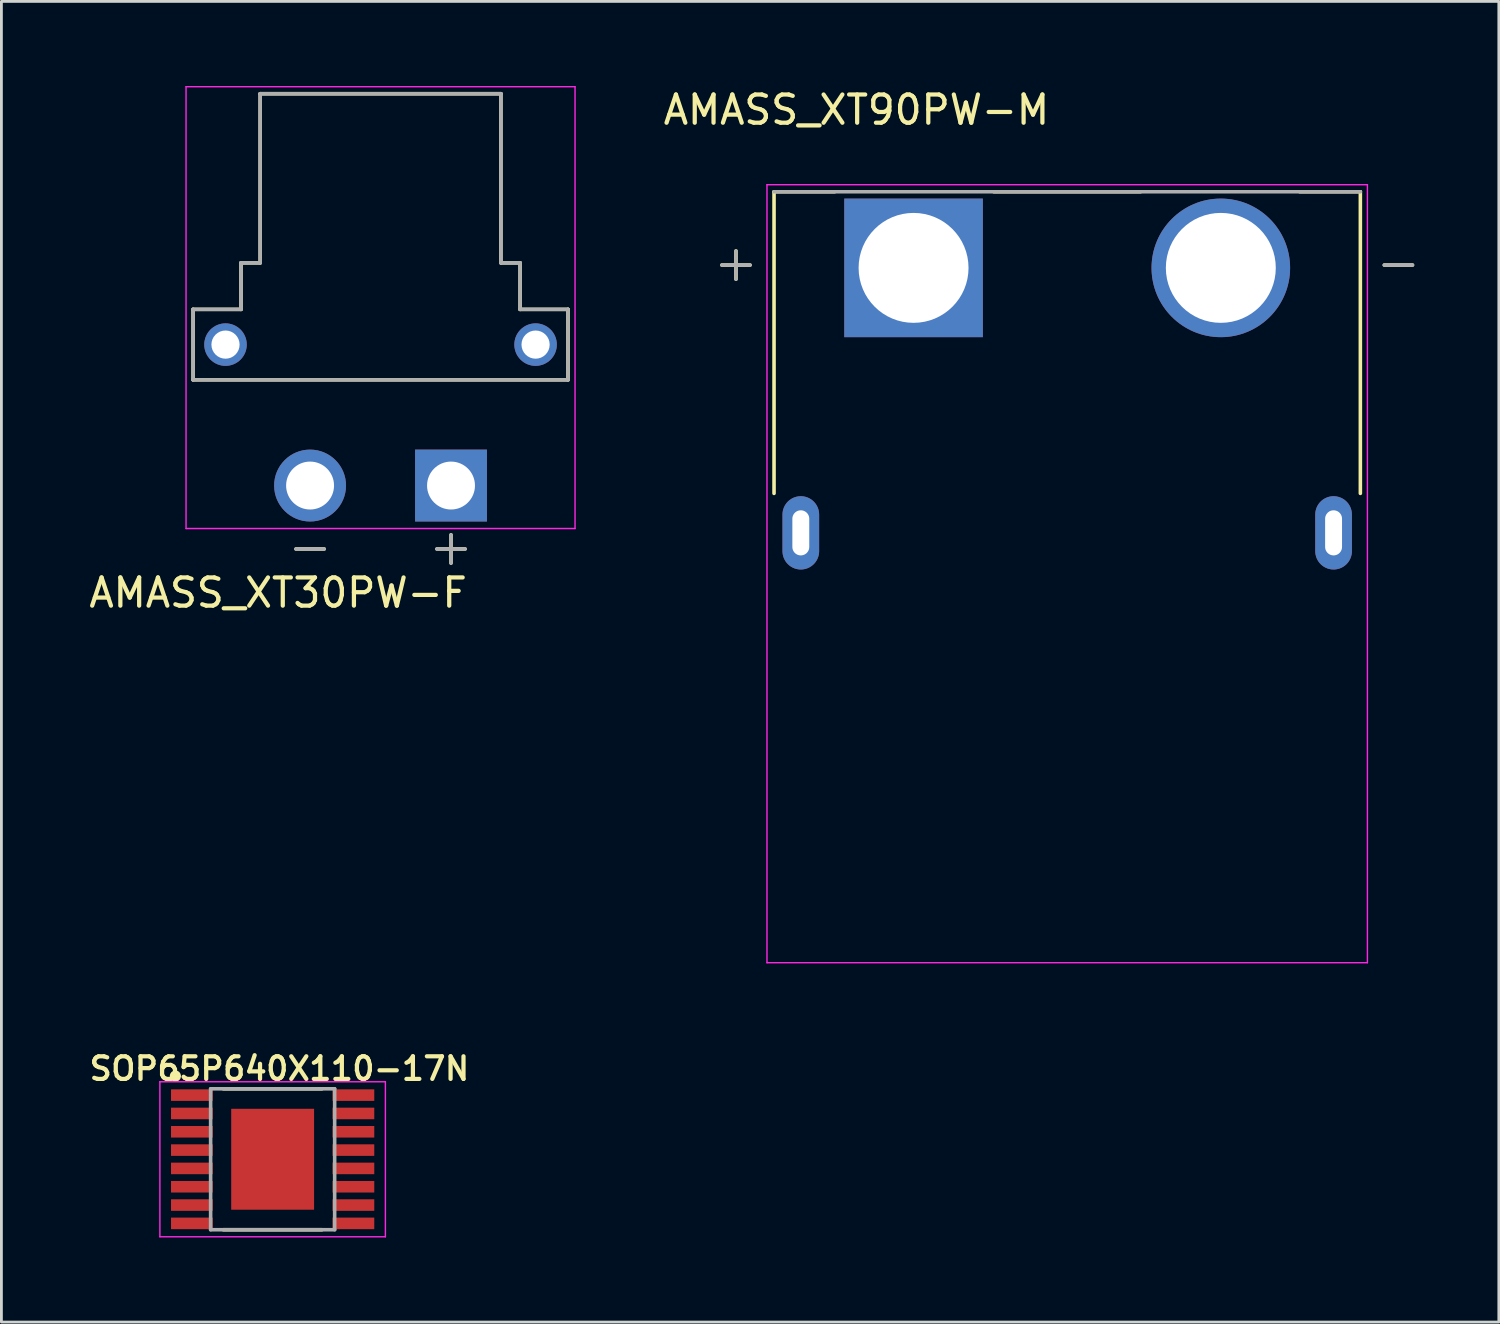
<source format=kicad_pcb>
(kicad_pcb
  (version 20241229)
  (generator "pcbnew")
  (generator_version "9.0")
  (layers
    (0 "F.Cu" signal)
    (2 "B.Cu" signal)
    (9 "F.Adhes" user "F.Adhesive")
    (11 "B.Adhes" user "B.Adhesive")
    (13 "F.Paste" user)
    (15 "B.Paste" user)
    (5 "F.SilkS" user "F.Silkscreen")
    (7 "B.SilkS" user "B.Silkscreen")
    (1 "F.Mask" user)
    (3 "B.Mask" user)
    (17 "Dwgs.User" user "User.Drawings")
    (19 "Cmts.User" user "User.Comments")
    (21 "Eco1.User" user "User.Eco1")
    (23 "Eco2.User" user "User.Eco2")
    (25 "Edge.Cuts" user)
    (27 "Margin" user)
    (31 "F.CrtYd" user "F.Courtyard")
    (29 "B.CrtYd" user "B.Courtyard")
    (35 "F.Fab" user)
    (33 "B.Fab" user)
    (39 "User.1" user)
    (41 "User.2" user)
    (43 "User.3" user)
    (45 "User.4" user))
  (footprint "SOP65P640X110-17N"
    (layer "F.Cu")
    (at 6.622 38.075)
    (property "Reference" "SOP65P640X110-17N" (at 0.24 -3.214 0) (layer "F.SilkS") (effects (font (size 0.802 0.802) (thickness 0.15))))
    (attr smd)
    (fp_line (start -1.75 -2.5) (end 1.75 -2.5) (stroke (width 0.127) (type solid)) (layer "F.SilkS"))
    (fp_line (start -1.75 2.5) (end 1.75 2.5) (stroke (width 0.127) (type solid)) (layer "F.SilkS"))
    (fp_circle (center -3.45 -2.95) (end -3.35 -2.95) (stroke (width 0.2) (type solid)) (fill no) (layer "F.SilkS"))
    (fp_line (start -4 -2.75) (end 4 -2.75) (stroke (width 0.05) (type solid)) (layer "F.CrtYd"))
    (fp_line (start -4 2.75) (end -4 -2.75) (stroke (width 0.05) (type solid)) (layer "F.CrtYd"))
    (fp_line (start 4 -2.75) (end 4 2.75) (stroke (width 0.05) (type solid)) (layer "F.CrtYd"))
    (fp_line (start 4 2.75) (end -4 2.75) (stroke (width 0.05) (type solid)) (layer "F.CrtYd"))
    (fp_line (start -2.2 -2.5) (end -2.2 2.5) (stroke (width 0.127) (type solid)) (layer "F.Fab"))
    (fp_line (start -2.2 2.5) (end 2.2 2.5) (stroke (width 0.127) (type solid)) (layer "F.Fab"))
    (fp_line (start 2.2 -2.5) (end -2.2 -2.5) (stroke (width 0.127) (type solid)) (layer "F.Fab"))
    (fp_line (start 2.2 2.5) (end 2.2 -2.5) (stroke (width 0.127) (type solid)) (layer "F.Fab"))
    (pad "1" smd rect (at -2.865 -2.275) (size 1.48 0.41) (layers "F.Cu" "F.Mask" "F.Paste"))
    (pad "2" smd rect (at -2.865 -1.625) (size 1.48 0.41) (layers "F.Cu" "F.Mask" "F.Paste"))
    (pad "3" smd rect (at -2.865 -0.975) (size 1.48 0.41) (layers "F.Cu" "F.Mask" "F.Paste"))
    (pad "4" smd rect (at -2.865 -0.325) (size 1.48 0.41) (layers "F.Cu" "F.Mask" "F.Paste"))
    (pad "5" smd rect (at -2.865 0.325) (size 1.48 0.41) (layers "F.Cu" "F.Mask" "F.Paste"))
    (pad "6" smd rect (at -2.865 0.975) (size 1.48 0.41) (layers "F.Cu" "F.Mask" "F.Paste"))
    (pad "7" smd rect (at -2.865 1.625) (size 1.48 0.41) (layers "F.Cu" "F.Mask" "F.Paste"))
    (pad "8" smd rect (at -2.865 2.275) (size 1.48 0.41) (layers "F.Cu" "F.Mask" "F.Paste"))
    (pad "9" smd rect (at 2.865 2.275) (size 1.48 0.41) (layers "F.Cu" "F.Mask" "F.Paste"))
    (pad "10" smd rect (at 2.865 1.625) (size 1.48 0.41) (layers "F.Cu" "F.Mask" "F.Paste"))
    (pad "11" smd rect (at 2.865 0.975) (size 1.48 0.41) (layers "F.Cu" "F.Mask" "F.Paste"))
    (pad "12" smd rect (at 2.865 0.325) (size 1.48 0.41) (layers "F.Cu" "F.Mask" "F.Paste"))
    (pad "13" smd rect (at 2.865 -0.325) (size 1.48 0.41) (layers "F.Cu" "F.Mask" "F.Paste"))
    (pad "14" smd rect (at 2.865 -0.975) (size 1.48 0.41) (layers "F.Cu" "F.Mask" "F.Paste"))
    (pad "15" smd rect (at 2.865 -1.625) (size 1.48 0.41) (layers "F.Cu" "F.Mask" "F.Paste"))
    (pad "16" smd rect (at 2.865 -2.275) (size 1.48 0.41) (layers "F.Cu" "F.Mask" "F.Paste"))
    (pad "17" smd rect (at 0 0) (size 2.94 3.58) (layers "F.Cu" "F.Mask" "F.Paste"))
    (zone (net_name "") (layer "F.Cu") (hatch full 0.508) (connect_pads) (min_thickness 0.01) (filled_areas_thickness no) (keepout (tracks not_allowed) (vias not_allowed) (pads not_allowed) (copperpour not_allowed) (footprints allowed)) (placement (enabled no)) (fill) (polygon (pts (xy 5.047 35.725) (xy 8.192 35.725) (xy 8.192 36.178) (xy 5.047 36.178))))
    (zone (net_name "") (layer "F.Cu") (hatch full 0.508) (connect_pads) (min_thickness 0.01) (filled_areas_thickness no) (keepout (tracks not_allowed) (vias not_allowed) (pads not_allowed) (copperpour not_allowed) (footprints allowed)) (placement (enabled no)) (fill) (polygon (pts (xy 5.048 39.965) (xy 8.192 39.965) (xy 8.192 40.431) (xy 5.048 40.431))))
    (zone (net_name "") (layers "F.Cu" "B.Cu") (hatch full 0.508) (connect_pads) (min_thickness 0.01) (filled_areas_thickness no) (keepout (tracks allowed) (vias not_allowed) (pads allowed) (copperpour allowed) (footprints allowed)) (placement (enabled no)) (fill) (polygon (pts (xy 5.047 35.725) (xy 8.192 35.725) (xy 8.192 36.178) (xy 5.047 36.178))))
    (zone (net_name "") (layers "F.Cu" "B.Cu") (hatch full 0.508) (connect_pads) (min_thickness 0.01) (filled_areas_thickness no) (keepout (tracks allowed) (vias not_allowed) (pads allowed) (copperpour allowed) (footprints allowed)) (placement (enabled no)) (fill) (polygon (pts (xy 5.05 39.965) (xy 8.192 39.965) (xy 8.192 40.428) (xy 5.05 40.428))))
    (zone (net_name "") (layer "B.Cu") (hatch full 0.508) (connect_pads) (min_thickness 0.01) (filled_areas_thickness no) (keepout (tracks not_allowed) (vias not_allowed) (pads not_allowed) (copperpour not_allowed) (footprints allowed)) (placement (enabled no)) (fill) (polygon (pts (xy 5.047 39.965) (xy 8.192 39.965) (xy 8.192 40.433) (xy 5.047 40.433))))
    (zone (net_name "") (layer "B.Cu") (hatch full 0.508) (connect_pads) (min_thickness 0.01) (filled_areas_thickness no) (keepout (tracks not_allowed) (vias not_allowed) (pads not_allowed) (copperpour not_allowed) (footprints allowed)) (placement (enabled no)) (fill) (polygon (pts (xy 5.048 35.725) (xy 8.192 35.725) (xy 8.192 36.179) (xy 5.048 36.179)))))
  (footprint "AMASS_XT30PW-F"
    (layer "F.Cu")
    (at 10.45 9.175)
    (property "Reference" "AMASS_XT30PW-F" (at -3.635 8.805 0) (layer "F.SilkS") (effects (font (size 1 1) (thickness 0.15))))
    (attr through_hole)
    (fp_line (start -6.65 -1.25) (end -4.95 -1.25) (stroke (width 0.127) (type solid)) (layer "F.SilkS"))
    (fp_line (start -6.65 1.25) (end -6.65 -1.25) (stroke (width 0.127) (type solid)) (layer "F.SilkS"))
    (fp_line (start -4.95 -2.9) (end -4.27 -2.9) (stroke (width 0.127) (type solid)) (layer "F.SilkS"))
    (fp_line (start -4.95 -1.25) (end -4.95 -2.9) (stroke (width 0.127) (type solid)) (layer "F.SilkS"))
    (fp_line (start -4.27 -8.9) (end 4.27 -8.9) (stroke (width 0.127) (type solid)) (layer "F.SilkS"))
    (fp_line (start -4.27 -2.9) (end -4.27 -8.9) (stroke (width 0.127) (type solid)) (layer "F.SilkS"))
    (fp_line (start -3 7.25) (end -2 7.25) (stroke (width 0.127) (type solid)) (layer "F.SilkS"))
    (fp_line (start 2 7.25) (end 3 7.25) (stroke (width 0.127) (type solid)) (layer "F.SilkS"))
    (fp_line (start 2.5 6.75) (end 2.5 7.75) (stroke (width 0.127) (type solid)) (layer "F.SilkS"))
    (fp_line (start 4.27 -2.9) (end 4.27 -8.9) (stroke (width 0.127) (type solid)) (layer "F.SilkS"))
    (fp_line (start 4.95 -2.9) (end 4.27 -2.9) (stroke (width 0.127) (type solid)) (layer "F.SilkS"))
    (fp_line (start 4.95 -1.25) (end 4.95 -2.9) (stroke (width 0.127) (type solid)) (layer "F.SilkS"))
    (fp_line (start 6.65 -1.25) (end 4.95 -1.25) (stroke (width 0.127) (type solid)) (layer "F.SilkS"))
    (fp_line (start 6.65 1.25) (end -6.65 1.25) (stroke (width 0.127) (type solid)) (layer "F.SilkS"))
    (fp_line (start 6.65 1.25) (end 6.65 -1.25) (stroke (width 0.127) (type solid)) (layer "F.SilkS"))
    (fp_line (start -6.9 -9.15) (end 6.9 -9.15) (stroke (width 0.05) (type solid)) (layer "F.CrtYd"))
    (fp_line (start -6.9 6.525) (end -6.9 -9.15) (stroke (width 0.05) (type solid)) (layer "F.CrtYd"))
    (fp_line (start 6.9 -9.15) (end 6.9 6.525) (stroke (width 0.05) (type solid)) (layer "F.CrtYd"))
    (fp_line (start 6.9 6.525) (end -6.9 6.525) (stroke (width 0.05) (type solid)) (layer "F.CrtYd"))
    (fp_line (start -6.65 -1.25) (end -4.95 -1.25) (stroke (width 0.127) (type solid)) (layer "F.Fab"))
    (fp_line (start -6.65 1.25) (end -6.65 -1.25) (stroke (width 0.127) (type solid)) (layer "F.Fab"))
    (fp_line (start -4.95 -2.9) (end -4.27 -2.9) (stroke (width 0.127) (type solid)) (layer "F.Fab"))
    (fp_line (start -4.95 -1.25) (end -4.95 -2.9) (stroke (width 0.127) (type solid)) (layer "F.Fab"))
    (fp_line (start -4.27 -8.9) (end 4.27 -8.9) (stroke (width 0.127) (type solid)) (layer "F.Fab"))
    (fp_line (start -4.27 -2.9) (end -4.27 -8.9) (stroke (width 0.127) (type solid)) (layer "F.Fab"))
    (fp_line (start -3 7.25) (end -2 7.25) (stroke (width 0.127) (type solid)) (layer "F.Fab"))
    (fp_line (start 2 7.25) (end 3 7.25) (stroke (width 0.127) (type solid)) (layer "F.Fab"))
    (fp_line (start 2.5 6.75) (end 2.5 7.75) (stroke (width 0.127) (type solid)) (layer "F.Fab"))
    (fp_line (start 4.27 -2.9) (end 4.27 -8.9) (stroke (width 0.127) (type solid)) (layer "F.Fab"))
    (fp_line (start 4.95 -2.9) (end 4.27 -2.9) (stroke (width 0.127) (type solid)) (layer "F.Fab"))
    (fp_line (start 4.95 -1.25) (end 4.95 -2.9) (stroke (width 0.127) (type solid)) (layer "F.Fab"))
    (fp_line (start 6.65 -1.25) (end 4.95 -1.25) (stroke (width 0.127) (type solid)) (layer "F.Fab"))
    (fp_line (start 6.65 1.25) (end -6.65 1.25) (stroke (width 0.127) (type solid)) (layer "F.Fab"))
    (fp_line (start 6.65 1.25) (end 6.65 -1.25) (stroke (width 0.127) (type solid)) (layer "F.Fab"))
    (pad "1" thru_hole circle (at -5.5 0) (size 1.508 1.508) (drill 1) (layers "*.Cu" "*.Mask"))
    (pad "1" thru_hole circle (at -2.5 5) (size 2.55 2.55) (drill 1.7) (layers "*.Cu" "*.Mask"))
    (pad "1" thru_hole circle (at 5.5 0) (size 1.508 1.508) (drill 1) (layers "*.Cu" "*.Mask"))
    (pad "2" thru_hole rect (at 2.5 5) (size 2.55 2.55) (drill 1.7) (layers "*.Cu" "*.Mask")))
  (footprint "AMASS_XT90PW-M"
    (layer "F.Cu")
    (at 34.809 15.853)
    (property "Reference" "AMASS_XT90PW-M" (at -7.475 -15.005 0) (layer "F.SilkS") (effects (font (size 1 1) (thickness 0.15))))
    (attr through_hole)
    (fp_line (start -11.75 -9) (end -11.75 -10) (stroke (width 0.127) (type solid)) (layer "F.SilkS"))
    (fp_line (start -11.25 -9.5) (end -12.25 -9.5) (stroke (width 0.127) (type solid)) (layer "F.SilkS"))
    (fp_line (start -10.4 -12.1) (end -10.4 -1.4) (stroke (width 0.127) (type solid)) (layer "F.SilkS"))
    (fp_line (start -8.25 -12.1) (end -10.4 -12.1) (stroke (width 0.127) (type solid)) (layer "F.SilkS"))
    (fp_line (start -2.6 -12.1) (end 2.6 -12.1) (stroke (width 0.127) (type solid)) (layer "F.SilkS"))
    (fp_line (start 10.4 -12.1) (end 8.25 -12.1) (stroke (width 0.127) (type solid)) (layer "F.SilkS"))
    (fp_line (start 10.4 -1.4) (end 10.4 -12.1) (stroke (width 0.127) (type solid)) (layer "F.SilkS"))
    (fp_line (start 11.25 -9.5) (end 12.25 -9.5) (stroke (width 0.127) (type solid)) (layer "F.SilkS"))
    (fp_line (start -10.65 -12.35) (end 10.65 -12.35) (stroke (width 0.05) (type solid)) (layer "F.CrtYd"))
    (fp_line (start -10.65 15.25) (end -10.65 -12.35) (stroke (width 0.05) (type solid)) (layer "F.CrtYd"))
    (fp_line (start 10.65 -12.35) (end 10.65 15.25) (stroke (width 0.05) (type solid)) (layer "F.CrtYd"))
    (fp_line (start 10.65 15.25) (end -10.65 15.25) (stroke (width 0.05) (type solid)) (layer "F.CrtYd"))
    (fp_line (start -11.75 -9) (end -11.75 -10) (stroke (width 0.127) (type solid)) (layer "F.Fab"))
    (fp_line (start -11.25 -9.5) (end -12.25 -9.5) (stroke (width 0.127) (type solid)) (layer "F.Fab"))
    (fp_line (start -10.4 -12.1) (end 10.4 -12.1) (stroke (width 0.127) (type solid)) (layer "F.Fab"))
    (fp_line (start 12.25 -9.5) (end 11.25 -9.5) (stroke (width 0.127) (type solid)) (layer "F.Fab"))
    (pad "N" thru_hole oval (at -9.45 0) (size 1.3 2.6) (drill oval 0.6 1.6) (layers "*.Cu" "*.Mask"))
    (pad "N" thru_hole circle (at 5.45 -9.4) (size 4.916 4.916) (drill 3.9) (layers "*.Cu" "*.Mask"))
    (pad "N" thru_hole oval (at 9.45 0) (size 1.3 2.6) (drill oval 0.6 1.6) (layers "*.Cu" "*.Mask"))
    (pad "P" thru_hole rect (at -5.45 -9.4) (size 4.916 4.916) (drill 3.9) (layers "*.Cu" "*.Mask")))
  (gr_rect
    (start -3 -3)
    (end 50.122 43.85)
    (stroke (width 0.1) (type default))
    (fill no)
    (layer "Edge.Cuts")))
</source>
